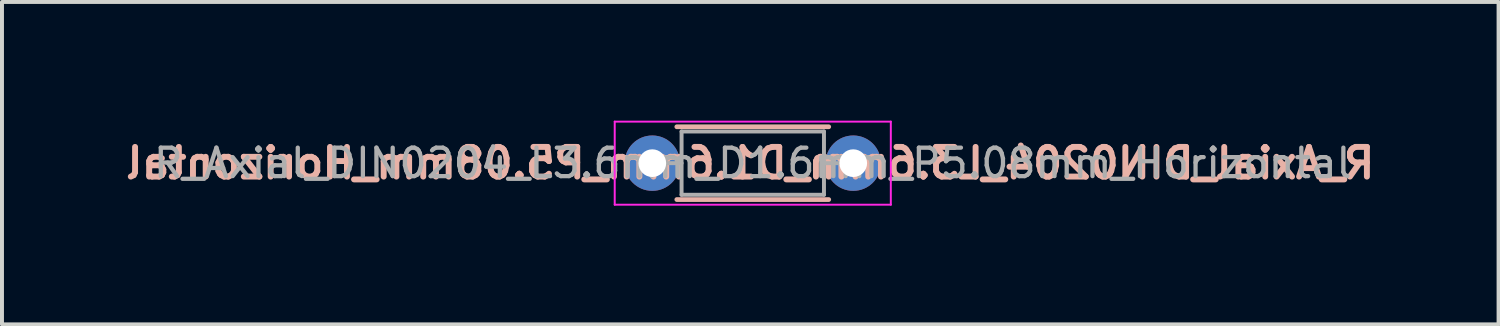
<source format=kicad_pcb>
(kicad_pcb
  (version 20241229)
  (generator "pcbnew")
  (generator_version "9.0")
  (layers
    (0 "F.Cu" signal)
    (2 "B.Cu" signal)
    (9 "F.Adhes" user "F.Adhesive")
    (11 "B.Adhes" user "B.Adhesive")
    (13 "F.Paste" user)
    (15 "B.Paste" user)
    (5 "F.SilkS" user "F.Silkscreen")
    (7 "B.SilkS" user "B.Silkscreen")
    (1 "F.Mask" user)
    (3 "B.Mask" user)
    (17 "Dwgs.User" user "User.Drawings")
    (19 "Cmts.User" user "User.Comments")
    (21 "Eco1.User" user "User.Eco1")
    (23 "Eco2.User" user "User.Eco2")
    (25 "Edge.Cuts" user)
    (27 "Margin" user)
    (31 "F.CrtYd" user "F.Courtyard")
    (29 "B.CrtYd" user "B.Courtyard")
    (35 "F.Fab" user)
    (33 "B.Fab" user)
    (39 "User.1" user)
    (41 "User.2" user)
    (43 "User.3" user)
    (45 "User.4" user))
  (footprint "R_Axial_DIN0204_L3.6mm_D1.6mm_P5.08mm_Horizontal"
    (layer "F.Cu")
    (at 13.441 1.075)
    (property "Reference" "R_Axial_DIN0204_L3.6mm_D1.6mm_P5.08mm_Horizontal" (at 2.477 0 0) (layer "B.SilkS") (effects (font (size 0.75 0.75) (thickness 0.15)) (justify mirror)))
    (attr through_hole)
    (fp_line (start 0.62 -0.92) (end 4.46 -0.92) (stroke (width 0.12) (type solid)) (layer "B.SilkS"))
    (fp_line (start 0.62 0.92) (end 4.46 0.92) (stroke (width 0.12) (type solid)) (layer "B.SilkS"))
    (fp_line (start -0.95 -1.05) (end -0.95 1.05) (stroke (width 0.05) (type solid)) (layer "F.CrtYd"))
    (fp_line (start -0.95 1.05) (end 6.03 1.05) (stroke (width 0.05) (type solid)) (layer "F.CrtYd"))
    (fp_line (start 6.03 -1.05) (end -0.95 -1.05) (stroke (width 0.05) (type solid)) (layer "F.CrtYd"))
    (fp_line (start 6.03 1.05) (end 6.03 -1.05) (stroke (width 0.05) (type solid)) (layer "F.CrtYd"))
    (fp_line (start 0 0) (end 0.74 0) (stroke (width 0.1) (type solid)) (layer "F.Fab"))
    (fp_line (start 0.74 -0.8) (end 0.74 0.8) (stroke (width 0.1) (type solid)) (layer "F.Fab"))
    (fp_line (start 0.74 0.8) (end 4.34 0.8) (stroke (width 0.1) (type solid)) (layer "F.Fab"))
    (fp_line (start 4.34 -0.8) (end 0.74 -0.8) (stroke (width 0.1) (type solid)) (layer "F.Fab"))
    (fp_line (start 4.34 0.8) (end 4.34 -0.8) (stroke (width 0.1) (type solid)) (layer "F.Fab"))
    (fp_line (start 5.08 0) (end 4.34 0) (stroke (width 0.1) (type solid)) (layer "F.Fab"))
    (fp_text user "${REFERENCE}" (at 2.54 0 0) (layer "F.Fab") (effects (font (size 0.72 0.72) (thickness 0.108))))
    (pad "1" thru_hole circle (at 0 0) (size 1.4 1.4) (drill 0.7) (layers "*.Cu" "*.Mask"))
    (pad "2" thru_hole oval (at 5.08 0) (size 1.4 1.4) (drill 0.7) (layers "*.Cu" "*.Mask")))
  (gr_rect
    (start -3 -3)
    (end 34.836 5.15)
    (stroke (width 0.1) (type default))
    (fill no)
    (layer "Edge.Cuts")))
</source>
